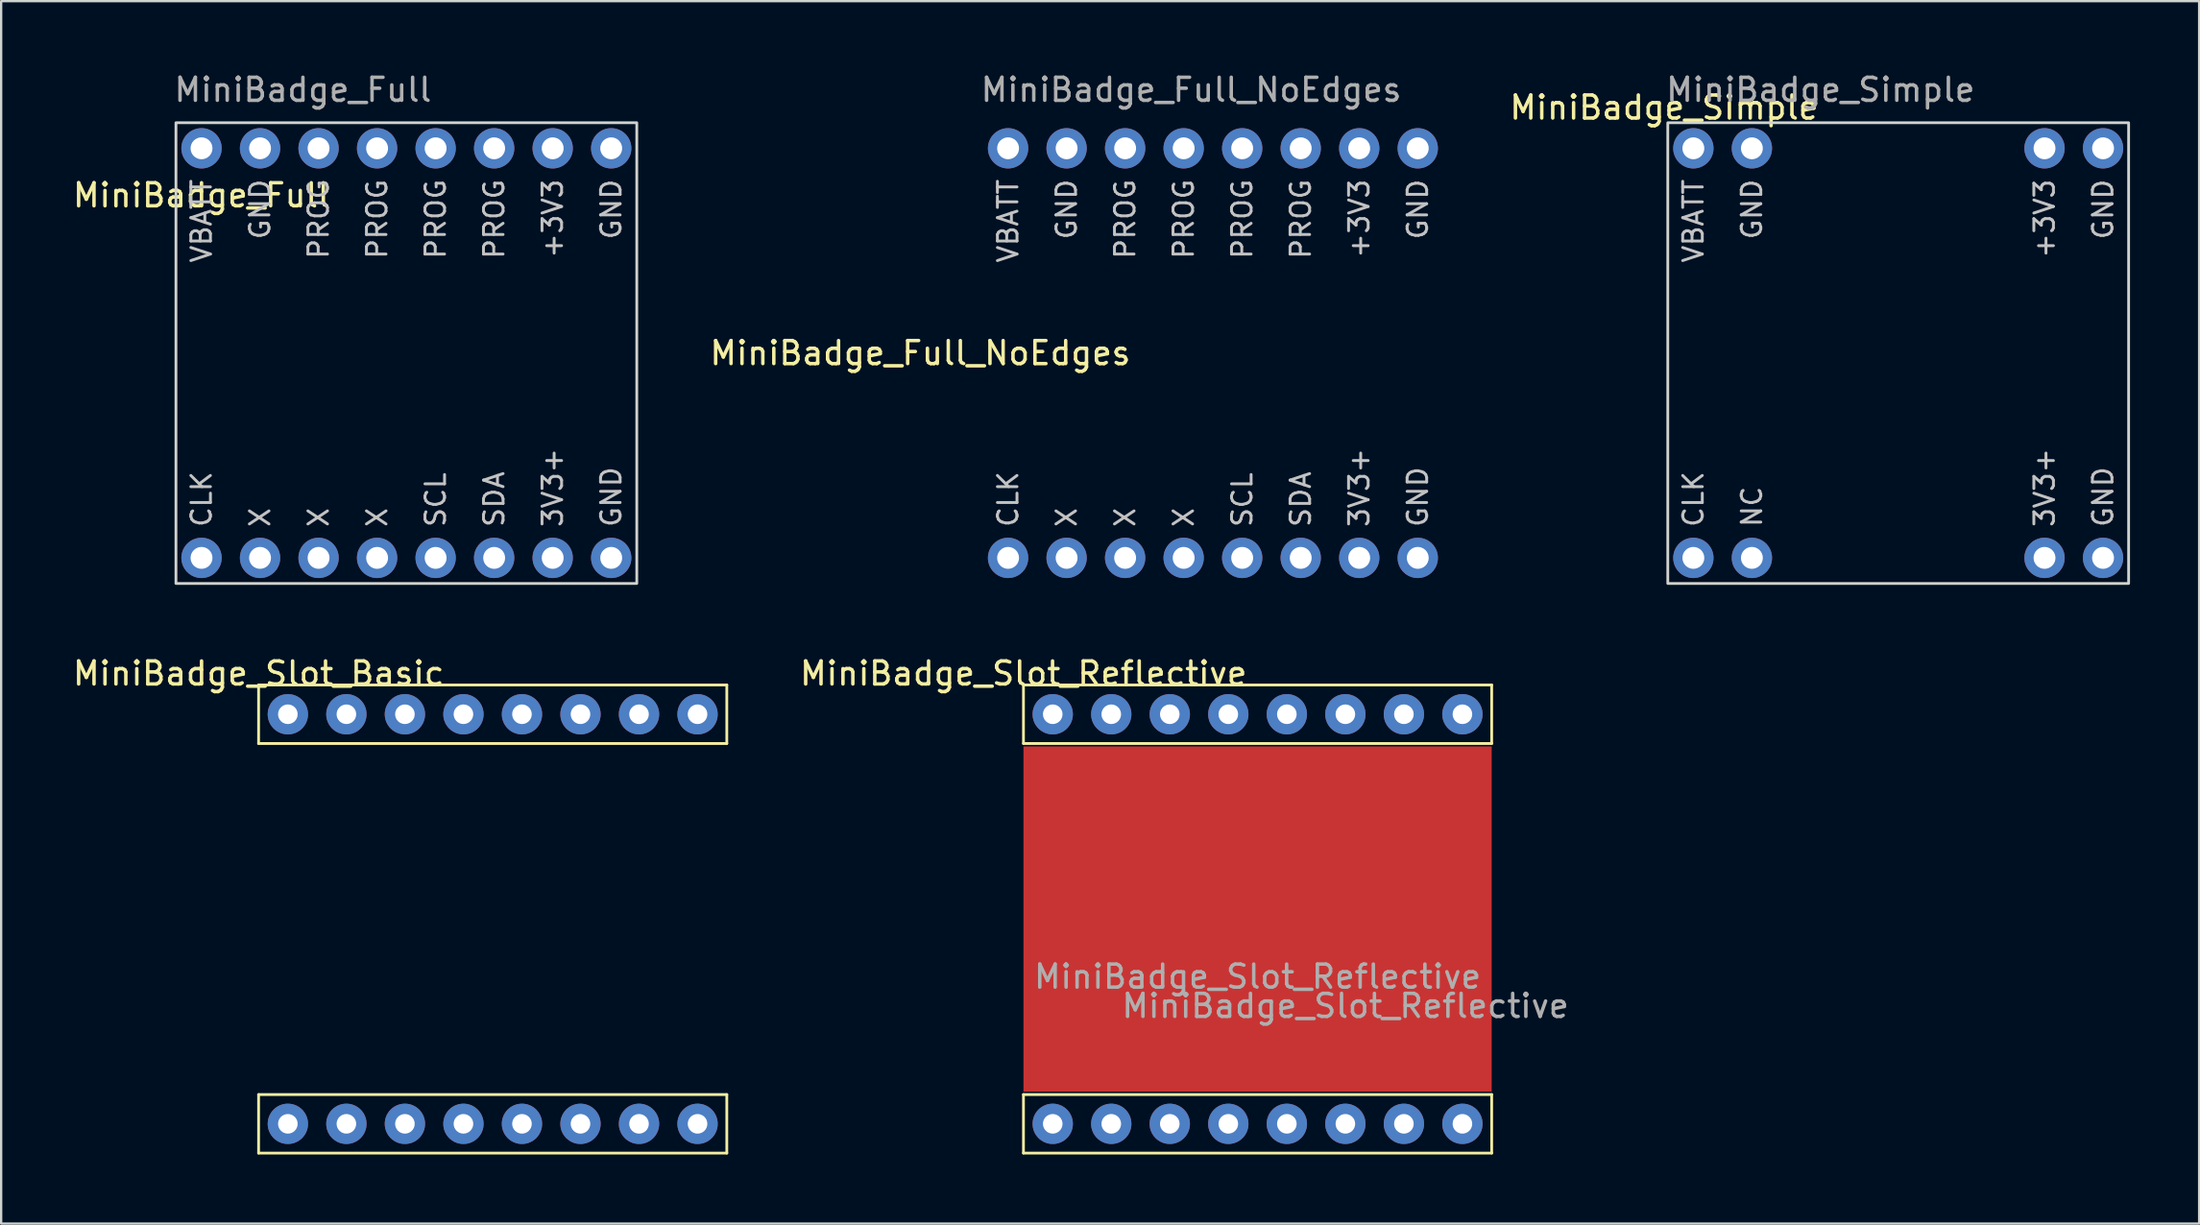
<source format=kicad_pcb>
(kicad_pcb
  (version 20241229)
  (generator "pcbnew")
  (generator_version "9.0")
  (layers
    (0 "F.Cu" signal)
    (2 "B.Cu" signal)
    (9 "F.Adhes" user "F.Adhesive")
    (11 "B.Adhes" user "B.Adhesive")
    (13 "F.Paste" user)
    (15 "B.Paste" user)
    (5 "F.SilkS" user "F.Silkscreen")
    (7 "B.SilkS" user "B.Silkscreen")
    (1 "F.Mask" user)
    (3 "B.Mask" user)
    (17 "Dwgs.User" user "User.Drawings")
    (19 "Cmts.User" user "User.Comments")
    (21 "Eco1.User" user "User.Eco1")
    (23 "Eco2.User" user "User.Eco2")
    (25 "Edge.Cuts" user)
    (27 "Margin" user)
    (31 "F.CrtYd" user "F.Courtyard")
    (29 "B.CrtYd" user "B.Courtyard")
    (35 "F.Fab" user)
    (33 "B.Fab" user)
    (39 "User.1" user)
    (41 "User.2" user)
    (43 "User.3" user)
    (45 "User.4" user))
  (footprint "MiniBadge_Simple"
    (layer "F.Cu")
    (at 69.171 2.118)
    (property "Reference" "MiniBadge_Simple" (at 0 -0.5 0) (unlocked yes) (layer "F.SilkS") (effects (font (size 1 1) (thickness 0.15))))
    (attr through_hole)
    (fp_rect (start 20.16 20.16) (end 0.16 0.16) (stroke (width 0.12) (type solid)) (fill no) (layer "Edge.Cuts"))
    (fp_rect (start 20.16 20.16) (end 0.16 0.16) (stroke (width 0.12) (type solid)) (fill no) (layer "Margin"))
    (fp_text user "3V3+" (at 16.51 17.78 90) (unlocked yes) (layer "Dwgs.User") (effects (font (size 0.85 0.85) (thickness 0.125)) (justify left)))
    (fp_text user "CLK" (at 1.27 17.78 90) (unlocked yes) (layer "Dwgs.User") (effects (font (size 0.85 0.85) (thickness 0.125)) (justify left)))
    (fp_text user "VBATT" (at 1.27 2.54 90) (unlocked yes) (layer "Dwgs.User") (effects (font (size 0.85 0.85) (thickness 0.125)) (justify right)))
    (fp_text user "GND" (at 3.81 2.54 90) (unlocked yes) (layer "Dwgs.User") (effects (font (size 0.85 0.85) (thickness 0.125)) (justify right)))
    (fp_text user "+3V3" (at 16.51 2.54 90) (unlocked yes) (layer "Dwgs.User") (effects (font (size 0.85 0.85) (thickness 0.125)) (justify right)))
    (fp_text user "GND" (at 19.05 2.54 90) (unlocked yes) (layer "Dwgs.User") (effects (font (size 0.85 0.85) (thickness 0.125)) (justify right)))
    (fp_text user "NC" (at 3.81 17.78 90) (unlocked yes) (layer "Dwgs.User") (effects (font (size 0.85 0.85) (thickness 0.125)) (justify left)))
    (fp_text user "GND" (at 19.05 17.78 90) (unlocked yes) (layer "Dwgs.User") (effects (font (size 0.85 0.85) (thickness 0.125)) (justify left)))
    (fp_text user "${REFERENCE}" (at 0 -1.27 0) (unlocked yes) (layer "F.Fab") (effects (font (size 1 1) (thickness 0.15)) (justify left)))
    (pad "1" thru_hole circle (at 1.27 1.27) (size 1.75 1.75) (drill 0.95) (layers "*.Cu" "*.Mask"))
    (pad "2" thru_hole circle (at 3.81 1.27) (size 1.75 1.75) (drill 0.95) (layers "*.Cu" "*.Mask"))
    (pad "7" thru_hole circle (at 16.51 1.27) (size 1.75 1.75) (drill 0.95) (layers "*.Cu" "*.Mask"))
    (pad "8" thru_hole circle (at 19.05 1.27) (size 1.75 1.75) (drill 0.95) (layers "*.Cu" "*.Mask"))
    (pad "9" thru_hole circle (at 1.27 19.05) (size 1.75 1.75) (drill 0.95) (layers "*.Cu" "*.Mask"))
    (pad "10" thru_hole circle (at 3.81 19.05) (size 1.75 1.75) (drill 0.95) (layers "*.Cu" "*.Mask"))
    (pad "15" thru_hole circle (at 16.51 19.05) (size 1.75 1.75) (drill 0.95) (layers "*.Cu" "*.Mask"))
    (pad "16" thru_hole circle (at 19.05 19.05) (size 1.75 1.75) (drill 0.95) (layers "*.Cu" "*.Mask")))
  (footprint "MiniBadge_Slot_Basic"
    (layer "F.Cu")
    (at 8.173 26.686)
    (property "Reference" "MiniBadge_Slot_Basic" (at 0 -0.5 0) (unlocked yes) (layer "F.SilkS") (effects (font (size 1 1) (thickness 0.15))))
    (attr through_hole)
    (fp_line (start 0 0) (end 0 2.54) (stroke (width 0.12) (type solid)) (layer "F.SilkS"))
    (fp_line (start 0 2.54) (end 20.32 2.54) (stroke (width 0.12) (type solid)) (layer "F.SilkS"))
    (fp_line (start 0 17.78) (end 0 20.32) (stroke (width 0.12) (type solid)) (layer "F.SilkS"))
    (fp_line (start 0 20.32) (end 20.32 20.32) (stroke (width 0.12) (type solid)) (layer "F.SilkS"))
    (fp_line (start 20.32 0) (end 0 0) (stroke (width 0.12) (type solid)) (layer "F.SilkS"))
    (fp_line (start 20.32 2.54) (end 20.32 0) (stroke (width 0.12) (type solid)) (layer "F.SilkS"))
    (fp_line (start 20.32 17.78) (end 0 17.78) (stroke (width 0.12) (type solid)) (layer "F.SilkS"))
    (fp_line (start 20.32 20.32) (end 20.32 17.78) (stroke (width 0.12) (type solid)) (layer "F.SilkS"))
    (pad "1" thru_hole circle (at 1.27 1.27) (size 1.75 1.75) (drill 0.85) (layers "*.Cu" "*.Mask"))
    (pad "2" thru_hole circle (at 3.81 1.27) (size 1.75 1.75) (drill 0.85) (layers "*.Cu" "*.Mask"))
    (pad "3" thru_hole circle (at 6.35 1.27) (size 1.75 1.75) (drill 0.85) (layers "*.Cu" "*.Mask"))
    (pad "4" thru_hole circle (at 8.89 1.27) (size 1.75 1.75) (drill 0.85) (layers "*.Cu" "*.Mask"))
    (pad "5" thru_hole circle (at 11.43 1.27) (size 1.75 1.75) (drill 0.85) (layers "*.Cu" "*.Mask"))
    (pad "6" thru_hole circle (at 13.97 1.27) (size 1.75 1.75) (drill 0.85) (layers "*.Cu" "*.Mask"))
    (pad "7" thru_hole circle (at 16.51 1.27) (size 1.75 1.75) (drill 0.85) (layers "*.Cu" "*.Mask"))
    (pad "8" thru_hole circle (at 19.05 1.27) (size 1.75 1.75) (drill 0.85) (layers "*.Cu" "*.Mask"))
    (pad "9" thru_hole circle (at 1.27 19.05) (size 1.75 1.75) (drill 0.85) (layers "*.Cu" "*.Mask"))
    (pad "10" thru_hole circle (at 3.81 19.05) (size 1.75 1.75) (drill 0.85) (layers "*.Cu" "*.Mask"))
    (pad "11" thru_hole circle (at 6.35 19.05) (size 1.75 1.75) (drill 0.85) (layers "*.Cu" "*.Mask"))
    (pad "12" thru_hole circle (at 8.89 19.05) (size 1.75 1.75) (drill 0.85) (layers "*.Cu" "*.Mask"))
    (pad "13" thru_hole circle (at 11.43 19.05) (size 1.75 1.75) (drill 0.85) (layers "*.Cu" "*.Mask"))
    (pad "14" thru_hole circle (at 13.97 19.05) (size 1.75 1.75) (drill 0.85) (layers "*.Cu" "*.Mask"))
    (pad "15" thru_hole circle (at 16.51 19.05) (size 1.75 1.75) (drill 0.85) (layers "*.Cu" "*.Mask"))
    (pad "16" thru_hole circle (at 19.05 19.05) (size 1.75 1.75) (drill 0.85) (layers "*.Cu" "*.Mask")))
  (footprint "MiniBadge_Slot_Reflective"
    (layer "F.Cu")
    (at 41.368 26.686)
    (property "Reference" "MiniBadge_Slot_Reflective" (at 0 -0.5 0) (unlocked yes) (layer "F.SilkS") (effects (font (size 1 1) (thickness 0.15))))
    (attr through_hole)
    (fp_rect (start 0 2.667) (end 20.32 17.653) (stroke (width 0) (type solid)) (fill yes) (layer "F.Cu"))
    (fp_rect (start 0 2.667) (end 20.32 17.653) (stroke (width 0) (type solid)) (fill yes) (layer "F.Mask"))
    (fp_line (start 0 0) (end 0 2.54) (stroke (width 0.12) (type solid)) (layer "F.SilkS"))
    (fp_line (start 0 2.54) (end 20.32 2.54) (stroke (width 0.12) (type solid)) (layer "F.SilkS"))
    (fp_line (start 0 17.78) (end 0 20.32) (stroke (width 0.12) (type solid)) (layer "F.SilkS"))
    (fp_line (start 0 20.32) (end 20.32 20.32) (stroke (width 0.12) (type solid)) (layer "F.SilkS"))
    (fp_line (start 20.32 0) (end 0 0) (stroke (width 0.12) (type solid)) (layer "F.SilkS"))
    (fp_line (start 20.32 2.54) (end 20.32 0) (stroke (width 0.12) (type solid)) (layer "F.SilkS"))
    (fp_line (start 20.32 17.78) (end 0 17.78) (stroke (width 0.12) (type solid)) (layer "F.SilkS"))
    (fp_line (start 20.32 20.32) (end 20.32 17.78) (stroke (width 0.12) (type solid)) (layer "F.SilkS"))
    (fp_text user "${REFERENCE}" (at 13.97 13.93 0) (unlocked yes) (layer "F.Fab") (effects (font (size 1 1) (thickness 0.15))))
    (fp_text user "${REFERENCE}" (at 10.16 12.66 0) (unlocked yes) (layer "F.Fab") (effects (font (size 1 1) (thickness 0.15))))
    (pad "1" thru_hole circle (at 1.27 1.27) (size 1.75 1.75) (drill 0.85) (layers "*.Cu" "*.Mask"))
    (pad "2" thru_hole circle (at 3.81 1.27) (size 1.75 1.75) (drill 0.85) (layers "*.Cu" "*.Mask"))
    (pad "3" thru_hole circle (at 6.35 1.27) (size 1.75 1.75) (drill 0.85) (layers "*.Cu" "*.Mask"))
    (pad "4" thru_hole circle (at 8.89 1.27) (size 1.75 1.75) (drill 0.85) (layers "*.Cu" "*.Mask"))
    (pad "5" thru_hole circle (at 11.43 1.27) (size 1.75 1.75) (drill 0.85) (layers "*.Cu" "*.Mask"))
    (pad "6" thru_hole circle (at 13.97 1.27) (size 1.75 1.75) (drill 0.85) (layers "*.Cu" "*.Mask"))
    (pad "7" thru_hole circle (at 16.51 1.27) (size 1.75 1.75) (drill 0.85) (layers "*.Cu" "*.Mask"))
    (pad "8" thru_hole circle (at 19.05 1.27) (size 1.75 1.75) (drill 0.85) (layers "*.Cu" "*.Mask"))
    (pad "9" thru_hole circle (at 1.27 19.05) (size 1.75 1.75) (drill 0.85) (layers "*.Cu" "*.Mask"))
    (pad "10" thru_hole circle (at 3.81 19.05) (size 1.75 1.75) (drill 0.85) (layers "*.Cu" "*.Mask"))
    (pad "11" thru_hole circle (at 6.35 19.05) (size 1.75 1.75) (drill 0.85) (layers "*.Cu" "*.Mask"))
    (pad "12" thru_hole circle (at 8.89 19.05) (size 1.75 1.75) (drill 0.85) (layers "*.Cu" "*.Mask"))
    (pad "13" thru_hole circle (at 11.43 19.05) (size 1.75 1.75) (drill 0.85) (layers "*.Cu" "*.Mask"))
    (pad "14" thru_hole circle (at 13.97 19.05) (size 1.75 1.75) (drill 0.85) (layers "*.Cu" "*.Mask"))
    (pad "15" thru_hole circle (at 16.51 19.05) (size 1.75 1.75) (drill 0.85) (layers "*.Cu" "*.Mask"))
    (pad "16" thru_hole circle (at 19.05 19.05) (size 1.75 1.75) (drill 0.85) (layers "*.Cu" "*.Mask")))
  (footprint "MiniBadge_Full_NoEdges"
    (layer "F.Cu")
    (at 39.43 2.118)
    (property "Reference" "MiniBadge_Full_NoEdges" (at -2.54 10.16 0) (unlocked yes) (layer "F.SilkS") (effects (font (size 1 1) (thickness 0.15))))
    (attr through_hole)
    (fp_text user "+3V3" (at 16.51 2.54 90) (unlocked yes) (layer "Dwgs.User") (effects (font (size 0.85 0.85) (thickness 0.125)) (justify right)))
    (fp_text user "X" (at 3.81 17.78 90) (unlocked yes) (layer "Dwgs.User") (effects (font (size 0.85 0.85) (thickness 0.125)) (justify left)))
    (fp_text user "X" (at 6.35 17.78 90) (unlocked yes) (layer "Dwgs.User") (effects (font (size 0.85 0.85) (thickness 0.125)) (justify left)))
    (fp_text user "PROG" (at 11.43 2.54 90) (unlocked yes) (layer "Dwgs.User") (effects (font (size 0.85 0.85) (thickness 0.125)) (justify right)))
    (fp_text user "SCL" (at 11.43 17.78 90) (unlocked yes) (layer "Dwgs.User") (effects (font (size 0.85 0.85) (thickness 0.125)) (justify left)))
    (fp_text user "GND" (at 19.05 17.78 90) (unlocked yes) (layer "Dwgs.User") (effects (font (size 0.85 0.85) (thickness 0.125)) (justify left)))
    (fp_text user "PROG" (at 8.89 2.54 90) (unlocked yes) (layer "Dwgs.User") (effects (font (size 0.85 0.85) (thickness 0.125)) (justify right)))
    (fp_text user "3V3+" (at 16.51 17.78 90) (unlocked yes) (layer "Dwgs.User") (effects (font (size 0.85 0.85) (thickness 0.125)) (justify left)))
    (fp_text user "PROG" (at 6.35 2.54 90) (unlocked yes) (layer "Dwgs.User") (effects (font (size 0.85 0.85) (thickness 0.125)) (justify right)))
    (fp_text user "X" (at 8.89 17.78 90) (unlocked yes) (layer "Dwgs.User") (effects (font (size 0.85 0.85) (thickness 0.125)) (justify left)))
    (fp_text user "GND" (at 19.05 2.54 90) (unlocked yes) (layer "Dwgs.User") (effects (font (size 0.85 0.85) (thickness 0.125)) (justify right)))
    (fp_text user "SDA" (at 13.97 17.78 90) (unlocked yes) (layer "Dwgs.User") (effects (font (size 0.85 0.85) (thickness 0.125)) (justify left)))
    (fp_text user "GND" (at 3.81 2.54 90) (unlocked yes) (layer "Dwgs.User") (effects (font (size 0.85 0.85) (thickness 0.125)) (justify right)))
    (fp_text user "VBATT" (at 1.27 2.54 90) (unlocked yes) (layer "Dwgs.User") (effects (font (size 0.85 0.85) (thickness 0.125)) (justify right)))
    (fp_text user "CLK" (at 1.27 17.78 90) (unlocked yes) (layer "Dwgs.User") (effects (font (size 0.85 0.85) (thickness 0.125)) (justify left)))
    (fp_text user "PROG" (at 13.97 2.54 90) (unlocked yes) (layer "Dwgs.User") (effects (font (size 0.85 0.85) (thickness 0.125)) (justify right)))
    (fp_text user "${REFERENCE}" (at 0 -1.27 0) (unlocked yes) (layer "F.Fab") (effects (font (size 1 1) (thickness 0.15)) (justify left)))
    (pad "1" thru_hole circle (at 1.27 1.27) (size 1.75 1.75) (drill 0.95) (layers "*.Cu" "*.Mask"))
    (pad "2" thru_hole circle (at 3.81 1.27) (size 1.75 1.75) (drill 0.95) (layers "*.Cu" "*.Mask"))
    (pad "3" thru_hole circle (at 6.35 1.27) (size 1.75 1.75) (drill 0.95) (layers "*.Cu" "*.Mask"))
    (pad "4" thru_hole circle (at 8.89 1.27) (size 1.75 1.75) (drill 0.95) (layers "*.Cu" "*.Mask"))
    (pad "5" thru_hole circle (at 11.43 1.27) (size 1.75 1.75) (drill 0.95) (layers "*.Cu" "*.Mask"))
    (pad "6" thru_hole circle (at 13.97 1.27) (size 1.75 1.75) (drill 0.95) (layers "*.Cu" "*.Mask"))
    (pad "7" thru_hole circle (at 16.51 1.27) (size 1.75 1.75) (drill 0.95) (layers "*.Cu" "*.Mask"))
    (pad "8" thru_hole circle (at 19.05 1.27) (size 1.75 1.75) (drill 0.95) (layers "*.Cu" "*.Mask"))
    (pad "9" thru_hole circle (at 1.27 19.05) (size 1.75 1.75) (drill 0.95) (layers "*.Cu" "*.Mask"))
    (pad "10" thru_hole circle (at 3.81 19.05) (size 1.75 1.75) (drill 0.95) (layers "*.Cu" "*.Mask"))
    (pad "11" thru_hole circle (at 6.35 19.05) (size 1.75 1.75) (drill 0.95) (layers "*.Cu" "*.Mask"))
    (pad "12" thru_hole circle (at 8.89 19.05) (size 1.75 1.75) (drill 0.95) (layers "*.Cu" "*.Mask"))
    (pad "13" thru_hole circle (at 11.43 19.05) (size 1.75 1.75) (drill 0.95) (layers "*.Cu" "*.Mask"))
    (pad "14" thru_hole circle (at 13.97 19.05) (size 1.75 1.75) (drill 0.95) (layers "*.Cu" "*.Mask"))
    (pad "15" thru_hole circle (at 16.51 19.05) (size 1.75 1.75) (drill 0.95) (layers "*.Cu" "*.Mask"))
    (pad "16" thru_hole circle (at 19.05 19.05) (size 1.75 1.75) (drill 0.95) (layers "*.Cu" "*.Mask")))
  (footprint "MiniBadge_Full"
    (layer "F.Cu")
    (at 4.426 2.118)
    (property "Reference" "MiniBadge_Full" (at 1.27 3.31 0) (unlocked yes) (layer "F.SilkS") (effects (font (size 1 1) (thickness 0.15))))
    (attr through_hole)
    (fp_rect (start 20.16 20.16) (end 0.16 0.16) (stroke (width 0.12) (type solid)) (fill no) (layer "Edge.Cuts"))
    (fp_rect (start 20.16 20.16) (end 0.16 0.16) (stroke (width 0.12) (type solid)) (fill no) (layer "Margin"))
    (fp_text user "VBATT" (at 1.27 2.54 90) (unlocked yes) (layer "Dwgs.User") (effects (font (size 0.85 0.85) (thickness 0.125)) (justify right)))
    (fp_text user "SCL" (at 11.43 17.78 90) (unlocked yes) (layer "Dwgs.User") (effects (font (size 0.85 0.85) (thickness 0.125)) (justify left)))
    (fp_text user "PROG" (at 13.97 2.54 90) (unlocked yes) (layer "Dwgs.User") (effects (font (size 0.85 0.85) (thickness 0.125)) (justify right)))
    (fp_text user "PROG" (at 8.89 2.54 90) (unlocked yes) (layer "Dwgs.User") (effects (font (size 0.85 0.85) (thickness 0.125)) (justify right)))
    (fp_text user "PROG" (at 11.43 2.54 90) (unlocked yes) (layer "Dwgs.User") (effects (font (size 0.85 0.85) (thickness 0.125)) (justify right)))
    (fp_text user "X" (at 3.81 17.78 90) (unlocked yes) (layer "Dwgs.User") (effects (font (size 0.85 0.85) (thickness 0.125)) (justify left)))
    (fp_text user "GND" (at 19.05 2.54 90) (unlocked yes) (layer "Dwgs.User") (effects (font (size 0.85 0.85) (thickness 0.125)) (justify right)))
    (fp_text user "3V3+" (at 16.51 17.78 90) (unlocked yes) (layer "Dwgs.User") (effects (font (size 0.85 0.85) (thickness 0.125)) (justify left)))
    (fp_text user "X" (at 8.89 17.78 90) (unlocked yes) (layer "Dwgs.User") (effects (font (size 0.85 0.85) (thickness 0.125)) (justify left)))
    (fp_text user "+3V3" (at 16.51 2.54 90) (unlocked yes) (layer "Dwgs.User") (effects (font (size 0.85 0.85) (thickness 0.125)) (justify right)))
    (fp_text user "CLK" (at 1.27 17.78 90) (unlocked yes) (layer "Dwgs.User") (effects (font (size 0.85 0.85) (thickness 0.125)) (justify left)))
    (fp_text user "GND" (at 19.05 17.78 90) (unlocked yes) (layer "Dwgs.User") (effects (font (size 0.85 0.85) (thickness 0.125)) (justify left)))
    (fp_text user "PROG" (at 6.35 2.54 90) (unlocked yes) (layer "Dwgs.User") (effects (font (size 0.85 0.85) (thickness 0.125)) (justify right)))
    (fp_text user "SDA" (at 13.97 17.78 90) (unlocked yes) (layer "Dwgs.User") (effects (font (size 0.85 0.85) (thickness 0.125)) (justify left)))
    (fp_text user "GND" (at 3.81 2.54 90) (unlocked yes) (layer "Dwgs.User") (effects (font (size 0.85 0.85) (thickness 0.125)) (justify right)))
    (fp_text user "X" (at 6.35 17.78 90) (unlocked yes) (layer "Dwgs.User") (effects (font (size 0.85 0.85) (thickness 0.125)) (justify left)))
    (fp_text user "${REFERENCE}" (at 0 -1.27 0) (unlocked yes) (layer "F.Fab") (effects (font (size 1 1) (thickness 0.15)) (justify left)))
    (pad "1" thru_hole circle (at 1.27 1.27) (size 1.75 1.75) (drill 0.95) (layers "*.Cu" "*.Mask"))
    (pad "2" thru_hole circle (at 3.81 1.27) (size 1.75 1.75) (drill 0.95) (layers "*.Cu" "*.Mask"))
    (pad "3" thru_hole circle (at 6.35 1.27 90) (size 1.75 1.75) (drill 0.95) (layers "*.Cu" "*.Mask"))
    (pad "4" thru_hole circle (at 8.89 1.27) (size 1.75 1.75) (drill 0.95) (layers "*.Cu" "*.Mask"))
    (pad "5" thru_hole circle (at 11.43 1.27) (size 1.75 1.75) (drill 0.95) (layers "*.Cu" "*.Mask"))
    (pad "6" thru_hole circle (at 13.97 1.27) (size 1.75 1.75) (drill 0.95) (layers "*.Cu" "*.Mask"))
    (pad "7" thru_hole circle (at 16.51 1.27) (size 1.75 1.75) (drill 0.95) (layers "*.Cu" "*.Mask"))
    (pad "8" thru_hole circle (at 19.05 1.27) (size 1.75 1.75) (drill 0.95) (layers "*.Cu" "*.Mask"))
    (pad "9" thru_hole circle (at 1.27 19.05) (size 1.75 1.75) (drill 0.95) (layers "*.Cu" "*.Mask"))
    (pad "10" thru_hole circle (at 3.81 19.05) (size 1.75 1.75) (drill 0.95) (layers "*.Cu" "*.Mask"))
    (pad "11" thru_hole circle (at 6.35 19.05) (size 1.75 1.75) (drill 0.95) (layers "*.Cu" "*.Mask"))
    (pad "12" thru_hole circle (at 8.89 19.05) (size 1.75 1.75) (drill 0.95) (layers "*.Cu" "*.Mask"))
    (pad "13" thru_hole circle (at 11.43 19.05) (size 1.75 1.75) (drill 0.95) (layers "*.Cu" "*.Mask"))
    (pad "14" thru_hole circle (at 13.97 19.05) (size 1.75 1.75) (drill 0.95) (layers "*.Cu" "*.Mask"))
    (pad "15" thru_hole circle (at 16.51 19.05) (size 1.75 1.75) (drill 0.95) (layers "*.Cu" "*.Mask"))
    (pad "16" thru_hole circle (at 19.05 19.05) (size 1.75 1.75) (drill 0.95) (layers "*.Cu" "*.Mask")))
  (gr_rect
    (start -3 -3)
    (end 92.391 50.066)
    (stroke (width 0.1) (type default))
    (fill no)
    (layer "Edge.Cuts")))
</source>
